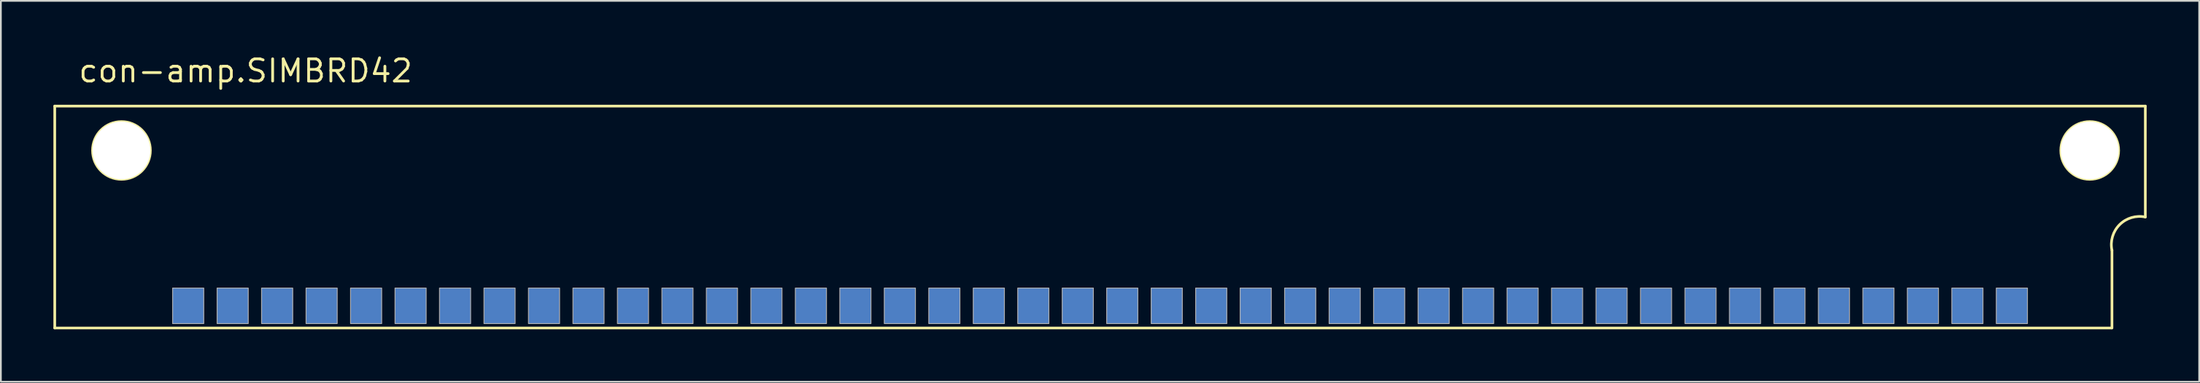
<source format=kicad_pcb>
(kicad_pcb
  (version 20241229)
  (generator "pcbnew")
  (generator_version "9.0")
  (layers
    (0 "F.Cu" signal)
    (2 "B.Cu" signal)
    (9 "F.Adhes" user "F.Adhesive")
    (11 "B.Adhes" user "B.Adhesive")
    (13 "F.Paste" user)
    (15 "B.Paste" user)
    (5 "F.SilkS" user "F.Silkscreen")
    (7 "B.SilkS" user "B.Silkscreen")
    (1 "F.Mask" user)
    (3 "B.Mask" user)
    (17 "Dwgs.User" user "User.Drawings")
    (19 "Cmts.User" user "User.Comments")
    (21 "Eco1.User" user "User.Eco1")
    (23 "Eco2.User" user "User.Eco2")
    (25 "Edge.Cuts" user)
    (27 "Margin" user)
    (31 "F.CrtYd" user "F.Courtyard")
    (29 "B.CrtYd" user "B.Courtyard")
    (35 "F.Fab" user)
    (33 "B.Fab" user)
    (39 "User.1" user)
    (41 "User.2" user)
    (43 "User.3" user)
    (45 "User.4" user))
  (footprint "con-amp.SIMBRD42"
    (layer "B.Cu")
    (at 58.496 8.1)
    (property "Reference" "con-amp.SIMBRD42" (at -57.15 -6.35 0) (layer "F.SilkS") (effects (font (size 1.27 1.27) (thickness 0.16)) (justify left bottom)))
    (attr smd)
    (fp_line (start -58.42 -5.08) (end -58.42 7.62) (stroke (width 0.152) (type default)) (layer "F.SilkS"))
    (fp_line (start -58.42 -5.08) (end 60.96 -5.08) (stroke (width 0.152) (type default)) (layer "F.SilkS"))
    (fp_line (start -58.42 7.62) (end 59.03 7.62) (stroke (width 0.152) (type default)) (layer "F.SilkS"))
    (fp_line (start 59.055 7.62) (end 59.055 3.175) (stroke (width 0.152) (type default)) (layer "F.SilkS"))
    (fp_line (start 60.96 -5.08) (end 60.96 1.27) (stroke (width 0.152) (type default)) (layer "F.SilkS"))
    (fp_arc (start 59.055 3.175) (mid 59.492033 1.707033) (end 60.96 1.27) (stroke (width 0.1524) (type default)) (layer "F.SilkS"))
    (fp_circle (center -54.61 -2.54) (end -52.959 -2.54) (stroke (width 0.152) (type default)) (fill no) (layer "F.SilkS"))
    (fp_circle (center 57.785 -2.54) (end 59.436 -2.54) (stroke (width 0.152) (type default)) (fill no) (layer "F.SilkS"))
    (fp_rect (start -51.689 7.366) (end -49.911 5.334) (stroke (width 0.05) (type default)) (fill no) (layer "F.Fab"))
    (fp_rect (start -49.149 7.366) (end -47.371 5.334) (stroke (width 0.05) (type default)) (fill no) (layer "F.Fab"))
    (fp_rect (start -46.609 7.366) (end -44.831 5.334) (stroke (width 0.05) (type default)) (fill no) (layer "F.Fab"))
    (fp_rect (start -44.069 7.366) (end -42.291 5.334) (stroke (width 0.05) (type default)) (fill no) (layer "F.Fab"))
    (fp_rect (start -41.529 7.366) (end -39.751 5.334) (stroke (width 0.05) (type default)) (fill no) (layer "F.Fab"))
    (fp_rect (start -38.989 7.366) (end -37.211 5.334) (stroke (width 0.05) (type default)) (fill no) (layer "F.Fab"))
    (fp_rect (start -36.449 7.366) (end -34.671 5.334) (stroke (width 0.05) (type default)) (fill no) (layer "F.Fab"))
    (fp_rect (start -33.909 7.366) (end -32.131 5.334) (stroke (width 0.05) (type default)) (fill no) (layer "F.Fab"))
    (fp_rect (start -31.369 7.366) (end -29.591 5.334) (stroke (width 0.05) (type default)) (fill no) (layer "F.Fab"))
    (fp_rect (start -28.829 7.366) (end -27.051 5.334) (stroke (width 0.05) (type default)) (fill no) (layer "F.Fab"))
    (fp_rect (start -26.289 7.366) (end -24.511 5.334) (stroke (width 0.05) (type default)) (fill no) (layer "F.Fab"))
    (fp_rect (start -23.749 7.366) (end -21.971 5.334) (stroke (width 0.05) (type default)) (fill no) (layer "F.Fab"))
    (fp_rect (start -21.209 7.366) (end -19.431 5.334) (stroke (width 0.05) (type default)) (fill no) (layer "F.Fab"))
    (fp_rect (start -18.669 7.366) (end -16.891 5.334) (stroke (width 0.05) (type default)) (fill no) (layer "F.Fab"))
    (fp_rect (start -16.129 7.366) (end -14.351 5.334) (stroke (width 0.05) (type default)) (fill no) (layer "F.Fab"))
    (fp_rect (start -13.589 7.366) (end -11.811 5.334) (stroke (width 0.05) (type default)) (fill no) (layer "F.Fab"))
    (fp_rect (start -11.049 7.366) (end -9.271 5.334) (stroke (width 0.05) (type default)) (fill no) (layer "F.Fab"))
    (fp_rect (start -8.509 7.366) (end -6.731 5.334) (stroke (width 0.05) (type default)) (fill no) (layer "F.Fab"))
    (fp_rect (start -5.969 7.366) (end -4.191 5.334) (stroke (width 0.05) (type default)) (fill no) (layer "F.Fab"))
    (fp_rect (start -3.429 7.366) (end -1.651 5.334) (stroke (width 0.05) (type default)) (fill no) (layer "F.Fab"))
    (fp_rect (start -0.889 7.366) (end 0.889 5.334) (stroke (width 0.05) (type default)) (fill no) (layer "F.Fab"))
    (fp_rect (start 1.651 7.366) (end 3.429 5.334) (stroke (width 0.05) (type default)) (fill no) (layer "F.Fab"))
    (fp_rect (start 4.191 7.366) (end 5.969 5.334) (stroke (width 0.05) (type default)) (fill no) (layer "F.Fab"))
    (fp_rect (start 6.731 7.366) (end 8.509 5.334) (stroke (width 0.05) (type default)) (fill no) (layer "F.Fab"))
    (fp_rect (start 9.271 7.366) (end 11.049 5.334) (stroke (width 0.05) (type default)) (fill no) (layer "F.Fab"))
    (fp_rect (start 11.811 7.366) (end 13.589 5.334) (stroke (width 0.05) (type default)) (fill no) (layer "F.Fab"))
    (fp_rect (start 14.351 7.366) (end 16.129 5.334) (stroke (width 0.05) (type default)) (fill no) (layer "F.Fab"))
    (fp_rect (start 16.891 7.366) (end 18.669 5.334) (stroke (width 0.05) (type default)) (fill no) (layer "F.Fab"))
    (fp_rect (start 19.431 7.366) (end 21.209 5.334) (stroke (width 0.05) (type default)) (fill no) (layer "F.Fab"))
    (fp_rect (start 21.971 7.366) (end 23.749 5.334) (stroke (width 0.05) (type default)) (fill no) (layer "F.Fab"))
    (fp_rect (start 24.511 7.366) (end 26.289 5.334) (stroke (width 0.05) (type default)) (fill no) (layer "F.Fab"))
    (fp_rect (start 27.051 7.366) (end 28.829 5.334) (stroke (width 0.05) (type default)) (fill no) (layer "F.Fab"))
    (fp_rect (start 29.591 7.366) (end 31.369 5.334) (stroke (width 0.05) (type default)) (fill no) (layer "F.Fab"))
    (fp_rect (start 32.131 7.366) (end 33.909 5.334) (stroke (width 0.05) (type default)) (fill no) (layer "F.Fab"))
    (fp_rect (start 34.671 7.366) (end 36.449 5.334) (stroke (width 0.05) (type default)) (fill no) (layer "F.Fab"))
    (fp_rect (start 37.211 7.366) (end 38.989 5.334) (stroke (width 0.05) (type default)) (fill no) (layer "F.Fab"))
    (fp_rect (start 39.751 7.366) (end 41.529 5.334) (stroke (width 0.05) (type default)) (fill no) (layer "F.Fab"))
    (fp_rect (start 42.291 7.366) (end 44.069 5.334) (stroke (width 0.05) (type default)) (fill no) (layer "F.Fab"))
    (fp_rect (start 44.831 7.366) (end 46.609 5.334) (stroke (width 0.05) (type default)) (fill no) (layer "F.Fab"))
    (fp_rect (start 47.371 7.366) (end 49.149 5.334) (stroke (width 0.05) (type default)) (fill no) (layer "F.Fab"))
    (fp_rect (start 49.911 7.366) (end 51.689 5.334) (stroke (width 0.05) (type default)) (fill no) (layer "F.Fab"))
    (fp_rect (start 52.451 7.366) (end 54.229 5.334) (stroke (width 0.05) (type default)) (fill no) (layer "F.Fab"))
    (pad "" np_thru_hole circle (at -54.61 -2.54) (size 3.302 3.302) (drill 3.302) (layers "*.Cu" "*.Mask"))
    (pad "" np_thru_hole circle (at 57.785 -2.54) (size 3.302 3.302) (drill 3.302) (layers "*.Cu" "*.Mask"))
    (pad "1B" smd roundrect (at 53.34 6.35) (size 1.778 2.032) (layers "B.Cu" "B.Mask" "B.Paste") (roundrect_rratio 0.01))
    (pad "1T" smd roundrect (at 53.34 6.35) (size 1.778 2.032) (layers "F.Cu" "F.Mask" "F.Paste") (roundrect_rratio 0.01))
    (pad "2B" smd roundrect (at 50.8 6.35) (size 1.778 2.032) (layers "B.Cu" "B.Mask" "B.Paste") (roundrect_rratio 0.01))
    (pad "2T" smd roundrect (at 50.8 6.35) (size 1.778 2.032) (layers "F.Cu" "F.Mask" "F.Paste") (roundrect_rratio 0.01))
    (pad "3B" smd roundrect (at 48.26 6.35) (size 1.778 2.032) (layers "B.Cu" "B.Mask" "B.Paste") (roundrect_rratio 0.01))
    (pad "3T" smd roundrect (at 48.26 6.35) (size 1.778 2.032) (layers "F.Cu" "F.Mask" "F.Paste") (roundrect_rratio 0.01))
    (pad "4B" smd roundrect (at 45.72 6.35) (size 1.778 2.032) (layers "B.Cu" "B.Mask" "B.Paste") (roundrect_rratio 0.01))
    (pad "4T" smd roundrect (at 45.72 6.35) (size 1.778 2.032) (layers "F.Cu" "F.Mask" "F.Paste") (roundrect_rratio 0.01))
    (pad "5B" smd roundrect (at 43.18 6.35) (size 1.778 2.032) (layers "B.Cu" "B.Mask" "B.Paste") (roundrect_rratio 0.01))
    (pad "5T" smd roundrect (at 43.18 6.35) (size 1.778 2.032) (layers "F.Cu" "F.Mask" "F.Paste") (roundrect_rratio 0.01))
    (pad "6B" smd roundrect (at 40.64 6.35) (size 1.778 2.032) (layers "B.Cu" "B.Mask" "B.Paste") (roundrect_rratio 0.01))
    (pad "6T" smd roundrect (at 40.64 6.35) (size 1.778 2.032) (layers "F.Cu" "F.Mask" "F.Paste") (roundrect_rratio 0.01))
    (pad "7B" smd roundrect (at 38.1 6.35) (size 1.778 2.032) (layers "B.Cu" "B.Mask" "B.Paste") (roundrect_rratio 0.01))
    (pad "7T" smd roundrect (at 38.1 6.35) (size 1.778 2.032) (layers "F.Cu" "F.Mask" "F.Paste") (roundrect_rratio 0.01))
    (pad "8B" smd roundrect (at 35.56 6.35) (size 1.778 2.032) (layers "B.Cu" "B.Mask" "B.Paste") (roundrect_rratio 0.01))
    (pad "8T" smd roundrect (at 35.56 6.35) (size 1.778 2.032) (layers "F.Cu" "F.Mask" "F.Paste") (roundrect_rratio 0.01))
    (pad "9B" smd roundrect (at 33.02 6.35) (size 1.778 2.032) (layers "B.Cu" "B.Mask" "B.Paste") (roundrect_rratio 0.01))
    (pad "9T" smd roundrect (at 33.02 6.35) (size 1.778 2.032) (layers "F.Cu" "F.Mask" "F.Paste") (roundrect_rratio 0.01))
    (pad "10B" smd roundrect (at 30.48 6.35) (size 1.778 2.032) (layers "B.Cu" "B.Mask" "B.Paste") (roundrect_rratio 0.01))
    (pad "10T" smd roundrect (at 30.48 6.35) (size 1.778 2.032) (layers "F.Cu" "F.Mask" "F.Paste") (roundrect_rratio 0.01))
    (pad "11B" smd roundrect (at 27.94 6.35) (size 1.778 2.032) (layers "B.Cu" "B.Mask" "B.Paste") (roundrect_rratio 0.01))
    (pad "11T" smd roundrect (at 27.94 6.35) (size 1.778 2.032) (layers "F.Cu" "F.Mask" "F.Paste") (roundrect_rratio 0.01))
    (pad "12B" smd roundrect (at 25.4 6.35) (size 1.778 2.032) (layers "B.Cu" "B.Mask" "B.Paste") (roundrect_rratio 0.01))
    (pad "12T" smd roundrect (at 25.4 6.35) (size 1.778 2.032) (layers "F.Cu" "F.Mask" "F.Paste") (roundrect_rratio 0.01))
    (pad "13B" smd roundrect (at 22.86 6.35) (size 1.778 2.032) (layers "B.Cu" "B.Mask" "B.Paste") (roundrect_rratio 0.01))
    (pad "13T" smd roundrect (at 22.86 6.35) (size 1.778 2.032) (layers "F.Cu" "F.Mask" "F.Paste") (roundrect_rratio 0.01))
    (pad "14B" smd roundrect (at 20.32 6.35) (size 1.778 2.032) (layers "B.Cu" "B.Mask" "B.Paste") (roundrect_rratio 0.01))
    (pad "14T" smd roundrect (at 20.32 6.35) (size 1.778 2.032) (layers "F.Cu" "F.Mask" "F.Paste") (roundrect_rratio 0.01))
    (pad "15B" smd roundrect (at 17.78 6.35) (size 1.778 2.032) (layers "B.Cu" "B.Mask" "B.Paste") (roundrect_rratio 0.01))
    (pad "15T" smd roundrect (at 17.78 6.35) (size 1.778 2.032) (layers "F.Cu" "F.Mask" "F.Paste") (roundrect_rratio 0.01))
    (pad "16B" smd roundrect (at 15.24 6.35) (size 1.778 2.032) (layers "B.Cu" "B.Mask" "B.Paste") (roundrect_rratio 0.01))
    (pad "16T" smd roundrect (at 15.24 6.35) (size 1.778 2.032) (layers "F.Cu" "F.Mask" "F.Paste") (roundrect_rratio 0.01))
    (pad "17B" smd roundrect (at 12.7 6.35) (size 1.778 2.032) (layers "B.Cu" "B.Mask" "B.Paste") (roundrect_rratio 0.01))
    (pad "17T" smd roundrect (at 12.7 6.35) (size 1.778 2.032) (layers "F.Cu" "F.Mask" "F.Paste") (roundrect_rratio 0.01))
    (pad "18B" smd roundrect (at 10.16 6.35) (size 1.778 2.032) (layers "B.Cu" "B.Mask" "B.Paste") (roundrect_rratio 0.01))
    (pad "18T" smd roundrect (at 10.16 6.35) (size 1.778 2.032) (layers "F.Cu" "F.Mask" "F.Paste") (roundrect_rratio 0.01))
    (pad "19B" smd roundrect (at 7.62 6.35) (size 1.778 2.032) (layers "B.Cu" "B.Mask" "B.Paste") (roundrect_rratio 0.01))
    (pad "19T" smd roundrect (at 7.62 6.35) (size 1.778 2.032) (layers "F.Cu" "F.Mask" "F.Paste") (roundrect_rratio 0.01))
    (pad "20B" smd roundrect (at 5.08 6.35) (size 1.778 2.032) (layers "B.Cu" "B.Mask" "B.Paste") (roundrect_rratio 0.01))
    (pad "20T" smd roundrect (at 5.08 6.35) (size 1.778 2.032) (layers "F.Cu" "F.Mask" "F.Paste") (roundrect_rratio 0.01))
    (pad "21B" smd roundrect (at 2.54 6.35) (size 1.778 2.032) (layers "B.Cu" "B.Mask" "B.Paste") (roundrect_rratio 0.01))
    (pad "21T" smd roundrect (at 2.54 6.35) (size 1.778 2.032) (layers "F.Cu" "F.Mask" "F.Paste") (roundrect_rratio 0.01))
    (pad "22B" smd roundrect (at 0 6.35) (size 1.778 2.032) (layers "B.Cu" "B.Mask" "B.Paste") (roundrect_rratio 0.01))
    (pad "22T" smd roundrect (at 0 6.35) (size 1.778 2.032) (layers "F.Cu" "F.Mask" "F.Paste") (roundrect_rratio 0.01))
    (pad "23B" smd roundrect (at -2.54 6.35) (size 1.778 2.032) (layers "B.Cu" "B.Mask" "B.Paste") (roundrect_rratio 0.01))
    (pad "23T" smd roundrect (at -2.54 6.35) (size 1.778 2.032) (layers "F.Cu" "F.Mask" "F.Paste") (roundrect_rratio 0.01))
    (pad "24B" smd roundrect (at -5.08 6.35) (size 1.778 2.032) (layers "B.Cu" "B.Mask" "B.Paste") (roundrect_rratio 0.01))
    (pad "24T" smd roundrect (at -5.08 6.35) (size 1.778 2.032) (layers "F.Cu" "F.Mask" "F.Paste") (roundrect_rratio 0.01))
    (pad "25B" smd roundrect (at -7.62 6.35) (size 1.778 2.032) (layers "B.Cu" "B.Mask" "B.Paste") (roundrect_rratio 0.01))
    (pad "25T" smd roundrect (at -7.62 6.35) (size 1.778 2.032) (layers "F.Cu" "F.Mask" "F.Paste") (roundrect_rratio 0.01))
    (pad "26B" smd roundrect (at -10.16 6.35) (size 1.778 2.032) (layers "B.Cu" "B.Mask" "B.Paste") (roundrect_rratio 0.01))
    (pad "26T" smd roundrect (at -10.16 6.35) (size 1.778 2.032) (layers "F.Cu" "F.Mask" "F.Paste") (roundrect_rratio 0.01))
    (pad "27B" smd roundrect (at -12.7 6.35) (size 1.778 2.032) (layers "B.Cu" "B.Mask" "B.Paste") (roundrect_rratio 0.01))
    (pad "27T" smd roundrect (at -12.7 6.35) (size 1.778 2.032) (layers "F.Cu" "F.Mask" "F.Paste") (roundrect_rratio 0.01))
    (pad "28B" smd roundrect (at -15.24 6.35) (size 1.778 2.032) (layers "B.Cu" "B.Mask" "B.Paste") (roundrect_rratio 0.01))
    (pad "28T" smd roundrect (at -15.24 6.35) (size 1.778 2.032) (layers "F.Cu" "F.Mask" "F.Paste") (roundrect_rratio 0.01))
    (pad "29B" smd roundrect (at -17.78 6.35) (size 1.778 2.032) (layers "B.Cu" "B.Mask" "B.Paste") (roundrect_rratio 0.01))
    (pad "29T" smd roundrect (at -17.78 6.35) (size 1.778 2.032) (layers "F.Cu" "F.Mask" "F.Paste") (roundrect_rratio 0.01))
    (pad "30B" smd roundrect (at -20.32 6.35) (size 1.778 2.032) (layers "B.Cu" "B.Mask" "B.Paste") (roundrect_rratio 0.01))
    (pad "30T" smd roundrect (at -20.32 6.35) (size 1.778 2.032) (layers "F.Cu" "F.Mask" "F.Paste") (roundrect_rratio 0.01))
    (pad "31B" smd roundrect (at -22.86 6.35) (size 1.778 2.032) (layers "B.Cu" "B.Mask" "B.Paste") (roundrect_rratio 0.01))
    (pad "31T" smd roundrect (at -22.86 6.35) (size 1.778 2.032) (layers "F.Cu" "F.Mask" "F.Paste") (roundrect_rratio 0.01))
    (pad "32B" smd roundrect (at -25.4 6.35) (size 1.778 2.032) (layers "B.Cu" "B.Mask" "B.Paste") (roundrect_rratio 0.01))
    (pad "32T" smd roundrect (at -25.4 6.35) (size 1.778 2.032) (layers "F.Cu" "F.Mask" "F.Paste") (roundrect_rratio 0.01))
    (pad "33B" smd roundrect (at -27.94 6.35) (size 1.778 2.032) (layers "B.Cu" "B.Mask" "B.Paste") (roundrect_rratio 0.01))
    (pad "33T" smd roundrect (at -27.94 6.35) (size 1.778 2.032) (layers "F.Cu" "F.Mask" "F.Paste") (roundrect_rratio 0.01))
    (pad "34B" smd roundrect (at -30.48 6.35) (size 1.778 2.032) (layers "B.Cu" "B.Mask" "B.Paste") (roundrect_rratio 0.01))
    (pad "34T" smd roundrect (at -30.48 6.35) (size 1.778 2.032) (layers "F.Cu" "F.Mask" "F.Paste") (roundrect_rratio 0.01))
    (pad "35B" smd roundrect (at -33.02 6.35) (size 1.778 2.032) (layers "B.Cu" "B.Mask" "B.Paste") (roundrect_rratio 0.01))
    (pad "35T" smd roundrect (at -33.02 6.35) (size 1.778 2.032) (layers "F.Cu" "F.Mask" "F.Paste") (roundrect_rratio 0.01))
    (pad "36B" smd roundrect (at -35.56 6.35) (size 1.778 2.032) (layers "B.Cu" "B.Mask" "B.Paste") (roundrect_rratio 0.01))
    (pad "36T" smd roundrect (at -35.56 6.35) (size 1.778 2.032) (layers "F.Cu" "F.Mask" "F.Paste") (roundrect_rratio 0.01))
    (pad "37B" smd roundrect (at -38.1 6.35) (size 1.778 2.032) (layers "B.Cu" "B.Mask" "B.Paste") (roundrect_rratio 0.01))
    (pad "37T" smd roundrect (at -38.1 6.35) (size 1.778 2.032) (layers "F.Cu" "F.Mask" "F.Paste") (roundrect_rratio 0.01))
    (pad "38B" smd roundrect (at -40.64 6.35) (size 1.778 2.032) (layers "B.Cu" "B.Mask" "B.Paste") (roundrect_rratio 0.01))
    (pad "38T" smd roundrect (at -40.64 6.35) (size 1.778 2.032) (layers "F.Cu" "F.Mask" "F.Paste") (roundrect_rratio 0.01))
    (pad "39B" smd roundrect (at -43.18 6.35) (size 1.778 2.032) (layers "B.Cu" "B.Mask" "B.Paste") (roundrect_rratio 0.01))
    (pad "39T" smd roundrect (at -43.18 6.35) (size 1.778 2.032) (layers "F.Cu" "F.Mask" "F.Paste") (roundrect_rratio 0.01))
    (pad "40B" smd roundrect (at -45.72 6.35) (size 1.778 2.032) (layers "B.Cu" "B.Mask" "B.Paste") (roundrect_rratio 0.01))
    (pad "40T" smd roundrect (at -45.72 6.35) (size 1.778 2.032) (layers "F.Cu" "F.Mask" "F.Paste") (roundrect_rratio 0.01))
    (pad "41B" smd roundrect (at -48.26 6.35) (size 1.778 2.032) (layers "B.Cu" "B.Mask" "B.Paste") (roundrect_rratio 0.01))
    (pad "41T" smd roundrect (at -48.26 6.35) (size 1.778 2.032) (layers "F.Cu" "F.Mask" "F.Paste") (roundrect_rratio 0.01))
    (pad "42B" smd roundrect (at -50.8 6.35) (size 1.778 2.032) (layers "B.Cu" "B.Mask" "B.Paste") (roundrect_rratio 0.01))
    (pad "42T" smd roundrect (at -50.8 6.35) (size 1.778 2.032) (layers "F.Cu" "F.Mask" "F.Paste") (roundrect_rratio 0.01)))
  (gr_rect
    (start -3 -3)
    (end 122.532 18.796)
    (stroke (width 0.1) (type default))
    (fill no)
    (layer "Edge.Cuts")))
</source>
